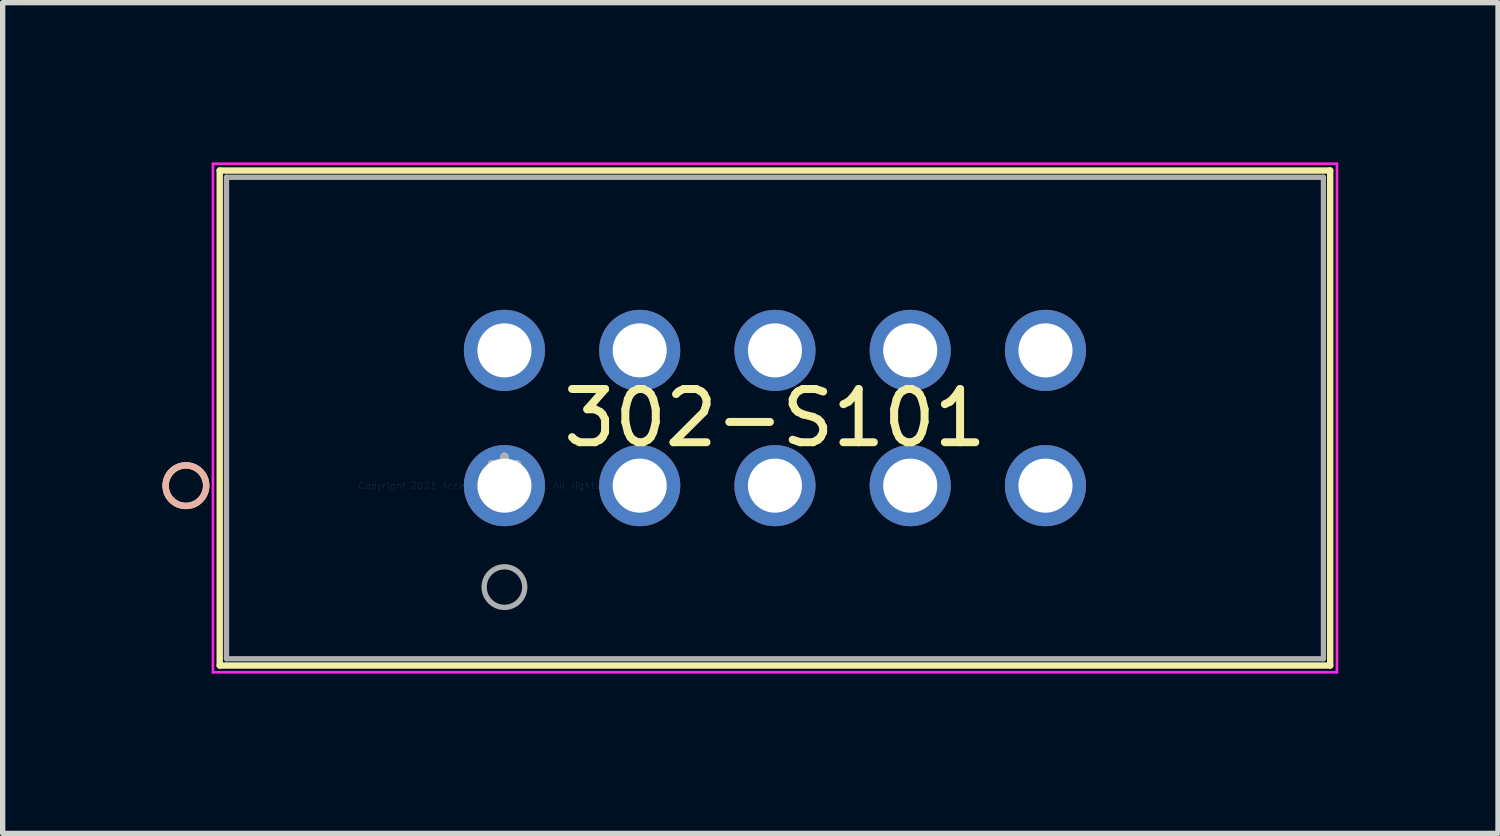
<source format=kicad_pcb>
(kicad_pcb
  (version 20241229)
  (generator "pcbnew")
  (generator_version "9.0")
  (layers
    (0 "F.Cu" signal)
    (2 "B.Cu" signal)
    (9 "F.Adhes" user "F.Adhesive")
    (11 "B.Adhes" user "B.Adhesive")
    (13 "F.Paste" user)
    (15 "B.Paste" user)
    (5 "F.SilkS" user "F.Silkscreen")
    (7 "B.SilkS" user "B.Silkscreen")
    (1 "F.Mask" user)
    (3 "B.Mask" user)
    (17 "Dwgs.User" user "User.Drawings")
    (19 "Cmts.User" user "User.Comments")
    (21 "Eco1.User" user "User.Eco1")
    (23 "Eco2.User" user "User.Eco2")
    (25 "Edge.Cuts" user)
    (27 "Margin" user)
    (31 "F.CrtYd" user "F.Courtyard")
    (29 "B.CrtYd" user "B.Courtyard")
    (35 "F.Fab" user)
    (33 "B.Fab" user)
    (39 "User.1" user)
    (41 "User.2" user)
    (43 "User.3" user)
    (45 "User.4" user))
  (footprint "302-S101"
    (layer "F.Cu")
    (at 6.423 6.07)
    (property "Reference" "302-S101" (at 5.08 -1.27 0) (layer "F.SilkS") (effects (font (size 1 1) (thickness 0.15))))
    (attr through_hole)
    (fp_line (start -5.347 -5.918) (end -5.347 3.378) (stroke (width 0.12) (type solid)) (layer "F.SilkS"))
    (fp_line (start -5.347 3.378) (end 15.507 3.378) (stroke (width 0.12) (type solid)) (layer "F.SilkS"))
    (fp_line (start 15.507 -5.918) (end -5.347 -5.918) (stroke (width 0.12) (type solid)) (layer "F.SilkS"))
    (fp_line (start 15.507 3.378) (end 15.507 -5.918) (stroke (width 0.12) (type solid)) (layer "F.SilkS"))
    (fp_circle (center -5.982 0) (end -5.601 0) (stroke (width 0.12) (type solid)) (fill no) (layer "F.SilkS"))
    (fp_circle (center -5.982 0) (end -5.601 0) (stroke (width 0.12) (type solid)) (fill no) (layer "B.SilkS"))
    (fp_line (start -5.474 -6.045) (end -5.474 3.505) (stroke (width 0.05) (type solid)) (layer "F.CrtYd"))
    (fp_line (start -5.474 3.505) (end 15.634 3.505) (stroke (width 0.05) (type solid)) (layer "F.CrtYd"))
    (fp_line (start 15.634 -6.045) (end -5.474 -6.045) (stroke (width 0.05) (type solid)) (layer "F.CrtYd"))
    (fp_line (start 15.634 3.505) (end 15.634 -6.045) (stroke (width 0.05) (type solid)) (layer "F.CrtYd"))
    (fp_line (start -5.22 -5.791) (end -5.22 3.251) (stroke (width 0.1) (type solid)) (layer "F.Fab"))
    (fp_line (start -5.22 3.251) (end 15.38 3.251) (stroke (width 0.1) (type solid)) (layer "F.Fab"))
    (fp_line (start 15.38 -5.791) (end -5.22 -5.791) (stroke (width 0.1) (type solid)) (layer "F.Fab"))
    (fp_line (start 15.38 3.251) (end 15.38 -5.791) (stroke (width 0.1) (type solid)) (layer "F.Fab"))
    (fp_circle (center 0 1.905) (end 0.381 1.905) (stroke (width 0.1) (type solid)) (fill no) (layer "F.Fab"))
    (fp_text user "*" (at 0 0 0) (layer "F.SilkS") (effects (font (size 1 1) (thickness 0.15))))
    (fp_text user "Copyright 2021 Accelerated Designs. All rights reserved." (at 0 0 0) (layer "Cmts.User") (effects (font (size 0.127 0.127) (thickness 0.002))))
    (fp_text user "*" (at 0 0 0) (layer "F.Fab") (effects (font (size 1 1) (thickness 0.15))))
    (pad "1" thru_hole circle (at 0 0) (size 1.524 1.524) (drill 1.016) (layers "*.Cu" "*.Mask"))
    (pad "2" thru_hole circle (at 0 -2.54) (size 1.524 1.524) (drill 1.016) (layers "*.Cu" "*.Mask"))
    (pad "3" thru_hole circle (at 2.54 0) (size 1.524 1.524) (drill 1.016) (layers "*.Cu" "*.Mask"))
    (pad "4" thru_hole circle (at 2.54 -2.54) (size 1.524 1.524) (drill 1.016) (layers "*.Cu" "*.Mask"))
    (pad "5" thru_hole circle (at 5.08 0) (size 1.524 1.524) (drill 1.016) (layers "*.Cu" "*.Mask"))
    (pad "6" thru_hole circle (at 5.08 -2.54) (size 1.524 1.524) (drill 1.016) (layers "*.Cu" "*.Mask"))
    (pad "7" thru_hole circle (at 7.62 0) (size 1.524 1.524) (drill 1.016) (layers "*.Cu" "*.Mask"))
    (pad "8" thru_hole circle (at 7.62 -2.54) (size 1.524 1.524) (drill 1.016) (layers "*.Cu" "*.Mask"))
    (pad "9" thru_hole circle (at 10.16 0) (size 1.524 1.524) (drill 1.016) (layers "*.Cu" "*.Mask"))
    (pad "10" thru_hole circle (at 10.16 -2.54) (size 1.524 1.524) (drill 1.016) (layers "*.Cu" "*.Mask")))
  (gr_rect
    (start -3 -3)
    (end 25.081 12.6)
    (stroke (width 0.1) (type default))
    (fill no)
    (layer "Edge.Cuts")))
</source>
